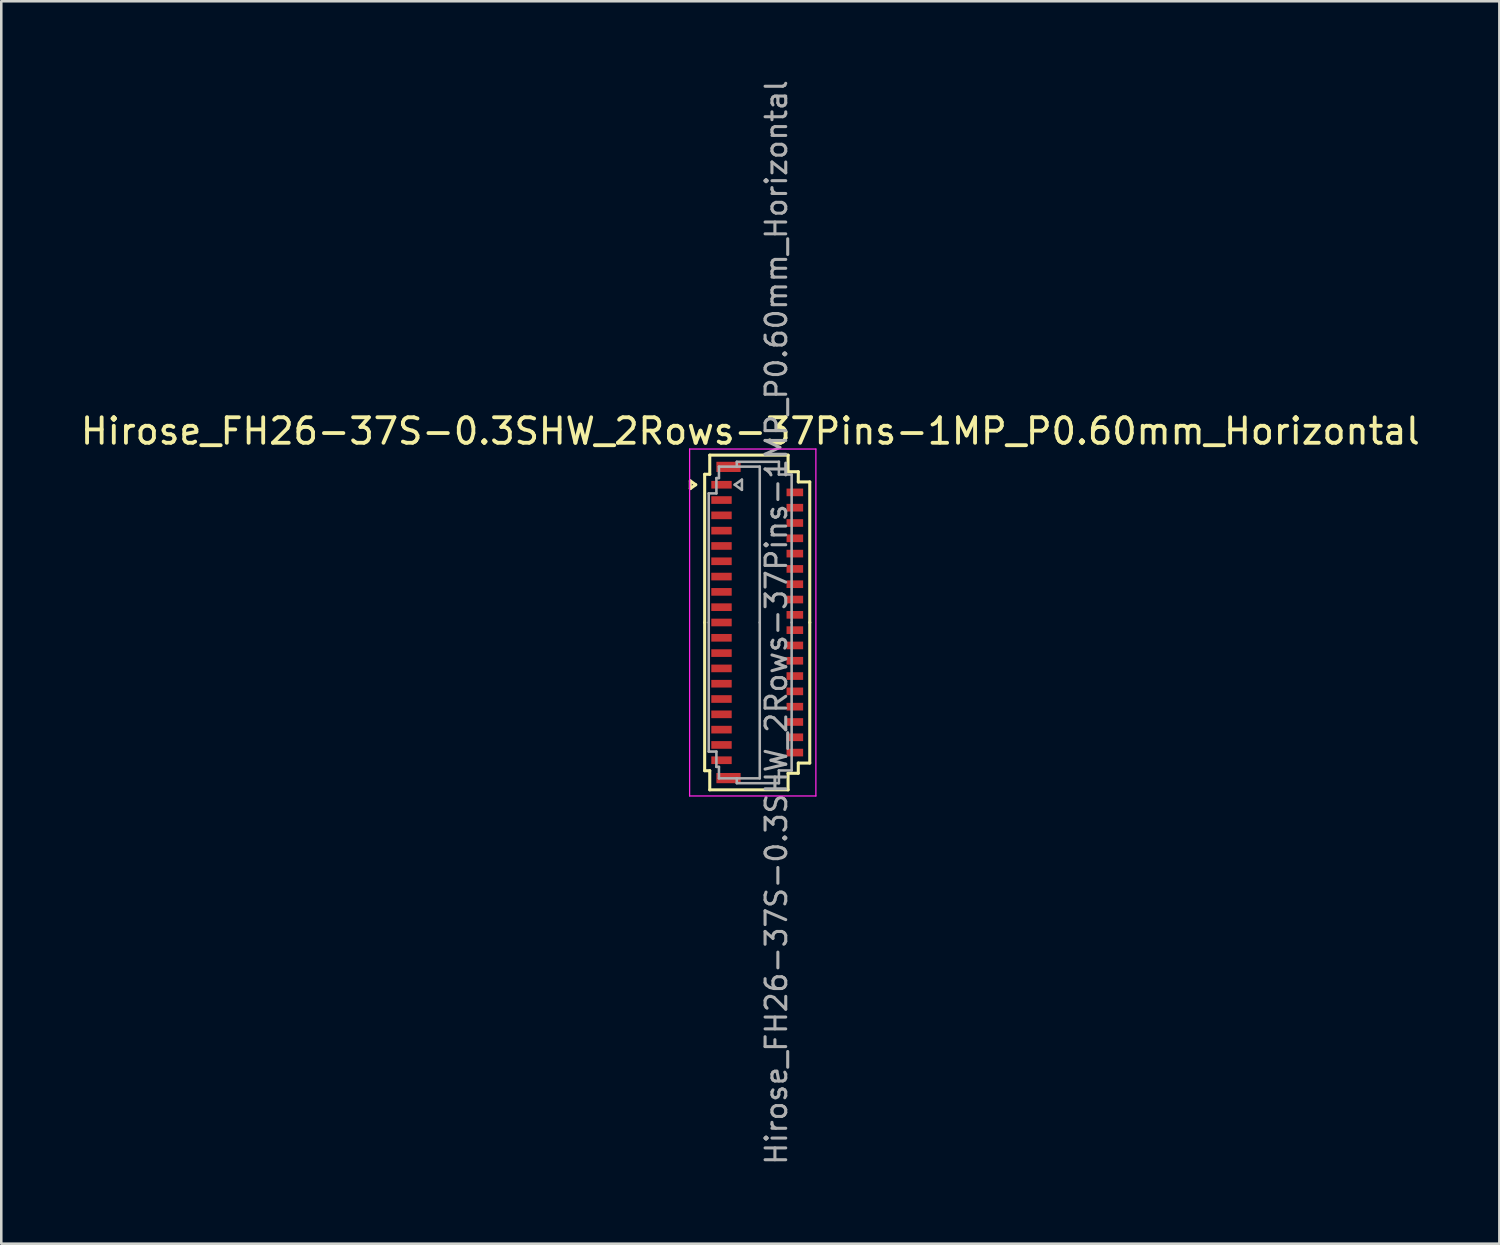
<source format=kicad_pcb>
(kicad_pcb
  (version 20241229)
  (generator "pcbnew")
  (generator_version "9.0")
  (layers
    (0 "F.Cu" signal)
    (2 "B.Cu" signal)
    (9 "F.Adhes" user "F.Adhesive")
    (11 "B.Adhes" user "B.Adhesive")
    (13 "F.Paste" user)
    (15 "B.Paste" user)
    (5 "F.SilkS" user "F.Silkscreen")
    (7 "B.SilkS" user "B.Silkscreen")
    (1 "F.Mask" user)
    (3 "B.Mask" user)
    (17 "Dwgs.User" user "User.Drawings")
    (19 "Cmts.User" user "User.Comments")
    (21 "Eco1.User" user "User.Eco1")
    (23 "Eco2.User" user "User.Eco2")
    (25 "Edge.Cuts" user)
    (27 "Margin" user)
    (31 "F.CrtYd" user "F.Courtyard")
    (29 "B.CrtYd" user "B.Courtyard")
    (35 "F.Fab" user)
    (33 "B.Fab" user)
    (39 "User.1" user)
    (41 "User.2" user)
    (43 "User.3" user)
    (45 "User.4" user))
  (footprint "Hirose_FH26-37S-0.3SHW_2Rows-37Pins-1MP_P0.60mm_Horizontal"
    (layer "F.Cu")
    (at 26.633 21.352)
    (property "Reference" "Hirose_FH26-37S-0.3SHW_2Rows-37Pins-1MP_P0.60mm_Horizontal" (at -0.27 -7.5 0) (layer "F.SilkS") (effects (font (size 1 1) (thickness 0.15))))
    (attr smd)
    (fp_line (start -2.622 -5.55) (end -2.41 -5.4) (stroke (width 0.12) (type solid)) (layer "F.SilkS"))
    (fp_line (start -2.622 -5.25) (end -2.622 -5.55) (stroke (width 0.12) (type solid)) (layer "F.SilkS"))
    (fp_line (start -2.41 -5.4) (end -2.622 -5.25) (stroke (width 0.12) (type solid)) (layer "F.SilkS"))
    (fp_line (start -2.06 -5.81) (end -2.06 0) (stroke (width 0.12) (type solid)) (layer "F.SilkS"))
    (fp_line (start -2.06 5.81) (end -2.06 0) (stroke (width 0.12) (type solid)) (layer "F.SilkS"))
    (fp_line (start -1.86 -6.56) (end -1.86 -5.81) (stroke (width 0.12) (type solid)) (layer "F.SilkS"))
    (fp_line (start -1.86 -5.81) (end -2.06 -5.81) (stroke (width 0.12) (type solid)) (layer "F.SilkS"))
    (fp_line (start -1.86 5.81) (end -2.06 5.81) (stroke (width 0.12) (type solid)) (layer "F.SilkS"))
    (fp_line (start -1.86 6.56) (end -1.86 5.81) (stroke (width 0.12) (type solid)) (layer "F.SilkS"))
    (fp_line (start 1.21 -6.56) (end -1.86 -6.56) (stroke (width 0.12) (type solid)) (layer "F.SilkS"))
    (fp_line (start 1.21 -5.91) (end 1.21 -6.56) (stroke (width 0.12) (type solid)) (layer "F.SilkS"))
    (fp_line (start 1.21 5.91) (end 1.21 6.56) (stroke (width 0.12) (type solid)) (layer "F.SilkS"))
    (fp_line (start 1.21 6.56) (end -1.86 6.56) (stroke (width 0.12) (type solid)) (layer "F.SilkS"))
    (fp_line (start 1.61 -5.91) (end 1.21 -5.91) (stroke (width 0.12) (type solid)) (layer "F.SilkS"))
    (fp_line (start 1.61 -5.51) (end 1.61 -5.91) (stroke (width 0.12) (type solid)) (layer "F.SilkS"))
    (fp_line (start 1.61 5.51) (end 1.61 5.91) (stroke (width 0.12) (type solid)) (layer "F.SilkS"))
    (fp_line (start 1.61 5.91) (end 1.21 5.91) (stroke (width 0.12) (type solid)) (layer "F.SilkS"))
    (fp_line (start 2.06 -5.51) (end 1.61 -5.51) (stroke (width 0.12) (type solid)) (layer "F.SilkS"))
    (fp_line (start 2.06 0) (end 2.06 -5.51) (stroke (width 0.12) (type solid)) (layer "F.SilkS"))
    (fp_line (start 2.06 0) (end 2.06 5.51) (stroke (width 0.12) (type solid)) (layer "F.SilkS"))
    (fp_line (start 2.06 5.51) (end 1.61 5.51) (stroke (width 0.12) (type solid)) (layer "F.SilkS"))
    (fp_line (start -2.65 -6.8) (end -2.65 6.8) (stroke (width 0.05) (type solid)) (layer "F.CrtYd"))
    (fp_line (start -2.65 6.8) (end 2.3 6.8) (stroke (width 0.05) (type solid)) (layer "F.CrtYd"))
    (fp_line (start 2.3 -6.8) (end -2.65 -6.8) (stroke (width 0.05) (type solid)) (layer "F.CrtYd"))
    (fp_line (start 2.3 6.8) (end 2.3 -6.8) (stroke (width 0.05) (type solid)) (layer "F.CrtYd"))
    (fp_line (start -1.9 -5.06) (end -1.6 -5.06) (stroke (width 0.1) (type solid)) (layer "F.Fab"))
    (fp_line (start -1.9 0) (end -1.9 -5.06) (stroke (width 0.1) (type solid)) (layer "F.Fab"))
    (fp_line (start -1.9 0) (end -1.9 5.06) (stroke (width 0.1) (type solid)) (layer "F.Fab"))
    (fp_line (start -1.9 5.06) (end -1.6 5.06) (stroke (width 0.1) (type solid)) (layer "F.Fab"))
    (fp_line (start -1.6 -5.66) (end -1.5 -5.66) (stroke (width 0.1) (type solid)) (layer "F.Fab"))
    (fp_line (start -1.6 -5.06) (end -1.6 -5.66) (stroke (width 0.1) (type solid)) (layer "F.Fab"))
    (fp_line (start -1.6 5.06) (end -1.6 5.66) (stroke (width 0.1) (type solid)) (layer "F.Fab"))
    (fp_line (start -1.6 5.66) (end -1.5 5.66) (stroke (width 0.1) (type solid)) (layer "F.Fab"))
    (fp_line (start -1.5 -6.11) (end -0.8 -6.11) (stroke (width 0.1) (type solid)) (layer "F.Fab"))
    (fp_line (start -1.5 -5.66) (end -1.5 -6.11) (stroke (width 0.1) (type solid)) (layer "F.Fab"))
    (fp_line (start -1.5 5.66) (end -1.5 6.11) (stroke (width 0.1) (type solid)) (layer "F.Fab"))
    (fp_line (start -1.5 6.11) (end -0.8 6.11) (stroke (width 0.1) (type solid)) (layer "F.Fab"))
    (fp_line (start -0.883 -5.4) (end -0.6 -5.2) (stroke (width 0.1) (type solid)) (layer "F.Fab"))
    (fp_line (start -0.8 -6.3) (end 0.85 -6.3) (stroke (width 0.1) (type solid)) (layer "F.Fab"))
    (fp_line (start -0.8 -6.11) (end -0.8 -6.3) (stroke (width 0.1) (type solid)) (layer "F.Fab"))
    (fp_line (start -0.8 6.11) (end -0.8 6.3) (stroke (width 0.1) (type solid)) (layer "F.Fab"))
    (fp_line (start -0.8 6.3) (end 0.85 6.3) (stroke (width 0.1) (type solid)) (layer "F.Fab"))
    (fp_line (start -0.6 -5.6) (end -0.883 -5.4) (stroke (width 0.1) (type solid)) (layer "F.Fab"))
    (fp_line (start -0.6 -5.2) (end -0.6 -5.6) (stroke (width 0.1) (type solid)) (layer "F.Fab"))
    (fp_line (start 0.1 -6.11) (end -0.8 -6.11) (stroke (width 0.1) (type solid)) (layer "F.Fab"))
    (fp_line (start 0.1 0) (end 0.1 -6.11) (stroke (width 0.1) (type solid)) (layer "F.Fab"))
    (fp_line (start 0.1 0) (end 0.1 6.11) (stroke (width 0.1) (type solid)) (layer "F.Fab"))
    (fp_line (start 0.1 6.11) (end -0.8 6.11) (stroke (width 0.1) (type solid)) (layer "F.Fab"))
    (fp_line (start 0.85 -6.3) (end 0.85 -5.8) (stroke (width 0.1) (type solid)) (layer "F.Fab"))
    (fp_line (start 0.85 -5.8) (end 1.35 -5.8) (stroke (width 0.1) (type solid)) (layer "F.Fab"))
    (fp_line (start 0.85 5.8) (end 1.35 5.8) (stroke (width 0.1) (type solid)) (layer "F.Fab"))
    (fp_line (start 0.85 6.3) (end 0.85 5.8) (stroke (width 0.1) (type solid)) (layer "F.Fab"))
    (fp_line (start 1.35 -5.8) (end 1.35 0) (stroke (width 0.1) (type solid)) (layer "F.Fab"))
    (fp_line (start 1.35 5.8) (end 1.35 0) (stroke (width 0.1) (type solid)) (layer "F.Fab"))
    (fp_text user "${REFERENCE}" (at 0.75 0 90) (layer "F.Fab") (effects (font (size 0.81 0.81) (thickness 0.12))))
    (pad "1" smd rect (at -1.4 -5.4) (size 0.8 0.3) (layers "F.Cu" "F.Mask" "F.Paste"))
    (pad "2" smd rect (at 1.475 -5.1) (size 0.65 0.3) (layers "F.Cu" "F.Mask" "F.Paste"))
    (pad "3" smd rect (at -1.4 -4.8) (size 0.8 0.3) (layers "F.Cu" "F.Mask" "F.Paste"))
    (pad "4" smd rect (at 1.475 -4.5) (size 0.65 0.3) (layers "F.Cu" "F.Mask" "F.Paste"))
    (pad "5" smd rect (at -1.4 -4.2) (size 0.8 0.3) (layers "F.Cu" "F.Mask" "F.Paste"))
    (pad "6" smd rect (at 1.475 -3.9) (size 0.65 0.3) (layers "F.Cu" "F.Mask" "F.Paste"))
    (pad "7" smd rect (at -1.4 -3.6) (size 0.8 0.3) (layers "F.Cu" "F.Mask" "F.Paste"))
    (pad "8" smd rect (at 1.475 -3.3) (size 0.65 0.3) (layers "F.Cu" "F.Mask" "F.Paste"))
    (pad "9" smd rect (at -1.4 -3) (size 0.8 0.3) (layers "F.Cu" "F.Mask" "F.Paste"))
    (pad "10" smd rect (at 1.475 -2.7) (size 0.65 0.3) (layers "F.Cu" "F.Mask" "F.Paste"))
    (pad "11" smd rect (at -1.4 -2.4) (size 0.8 0.3) (layers "F.Cu" "F.Mask" "F.Paste"))
    (pad "12" smd rect (at 1.475 -2.1) (size 0.65 0.3) (layers "F.Cu" "F.Mask" "F.Paste"))
    (pad "13" smd rect (at -1.4 -1.8) (size 0.8 0.3) (layers "F.Cu" "F.Mask" "F.Paste"))
    (pad "14" smd rect (at 1.475 -1.5) (size 0.65 0.3) (layers "F.Cu" "F.Mask" "F.Paste"))
    (pad "15" smd rect (at -1.4 -1.2) (size 0.8 0.3) (layers "F.Cu" "F.Mask" "F.Paste"))
    (pad "16" smd rect (at 1.475 -0.9) (size 0.65 0.3) (layers "F.Cu" "F.Mask" "F.Paste"))
    (pad "17" smd rect (at -1.4 -0.6) (size 0.8 0.3) (layers "F.Cu" "F.Mask" "F.Paste"))
    (pad "18" smd rect (at 1.475 -0.3) (size 0.65 0.3) (layers "F.Cu" "F.Mask" "F.Paste"))
    (pad "19" smd rect (at -1.4 0) (size 0.8 0.3) (layers "F.Cu" "F.Mask" "F.Paste"))
    (pad "20" smd rect (at 1.475 0.3) (size 0.65 0.3) (layers "F.Cu" "F.Mask" "F.Paste"))
    (pad "21" smd rect (at -1.4 0.6) (size 0.8 0.3) (layers "F.Cu" "F.Mask" "F.Paste"))
    (pad "22" smd rect (at 1.475 0.9) (size 0.65 0.3) (layers "F.Cu" "F.Mask" "F.Paste"))
    (pad "23" smd rect (at -1.4 1.2) (size 0.8 0.3) (layers "F.Cu" "F.Mask" "F.Paste"))
    (pad "24" smd rect (at 1.475 1.5) (size 0.65 0.3) (layers "F.Cu" "F.Mask" "F.Paste"))
    (pad "25" smd rect (at -1.4 1.8) (size 0.8 0.3) (layers "F.Cu" "F.Mask" "F.Paste"))
    (pad "26" smd rect (at 1.475 2.1) (size 0.65 0.3) (layers "F.Cu" "F.Mask" "F.Paste"))
    (pad "27" smd rect (at -1.4 2.4) (size 0.8 0.3) (layers "F.Cu" "F.Mask" "F.Paste"))
    (pad "28" smd rect (at 1.475 2.7) (size 0.65 0.3) (layers "F.Cu" "F.Mask" "F.Paste"))
    (pad "29" smd rect (at -1.4 3) (size 0.8 0.3) (layers "F.Cu" "F.Mask" "F.Paste"))
    (pad "30" smd rect (at 1.475 3.3) (size 0.65 0.3) (layers "F.Cu" "F.Mask" "F.Paste"))
    (pad "31" smd rect (at -1.4 3.6) (size 0.8 0.3) (layers "F.Cu" "F.Mask" "F.Paste"))
    (pad "32" smd rect (at 1.475 3.9) (size 0.65 0.3) (layers "F.Cu" "F.Mask" "F.Paste"))
    (pad "33" smd rect (at -1.4 4.2) (size 0.8 0.3) (layers "F.Cu" "F.Mask" "F.Paste"))
    (pad "34" smd rect (at 1.475 4.5) (size 0.65 0.3) (layers "F.Cu" "F.Mask" "F.Paste"))
    (pad "35" smd rect (at -1.4 4.8) (size 0.8 0.3) (layers "F.Cu" "F.Mask" "F.Paste"))
    (pad "36" smd rect (at 1.475 5.1) (size 0.65 0.3) (layers "F.Cu" "F.Mask" "F.Paste"))
    (pad "37" smd rect (at -1.4 5.4) (size 0.8 0.3) (layers "F.Cu" "F.Mask" "F.Paste"))
    (pad "MP" smd rect (at -1.125 -6.1) (size 0.95 0.4) (layers "F.Cu" "F.Mask" "F.Paste"))
    (pad "MP" smd rect (at -1.125 6.1) (size 0.95 0.4) (layers "F.Cu" "F.Mask" "F.Paste")))
  (gr_rect
    (start -3 -3)
    (end 55.726 45.704)
    (stroke (width 0.1) (type default))
    (fill no)
    (layer "Edge.Cuts")))
</source>
